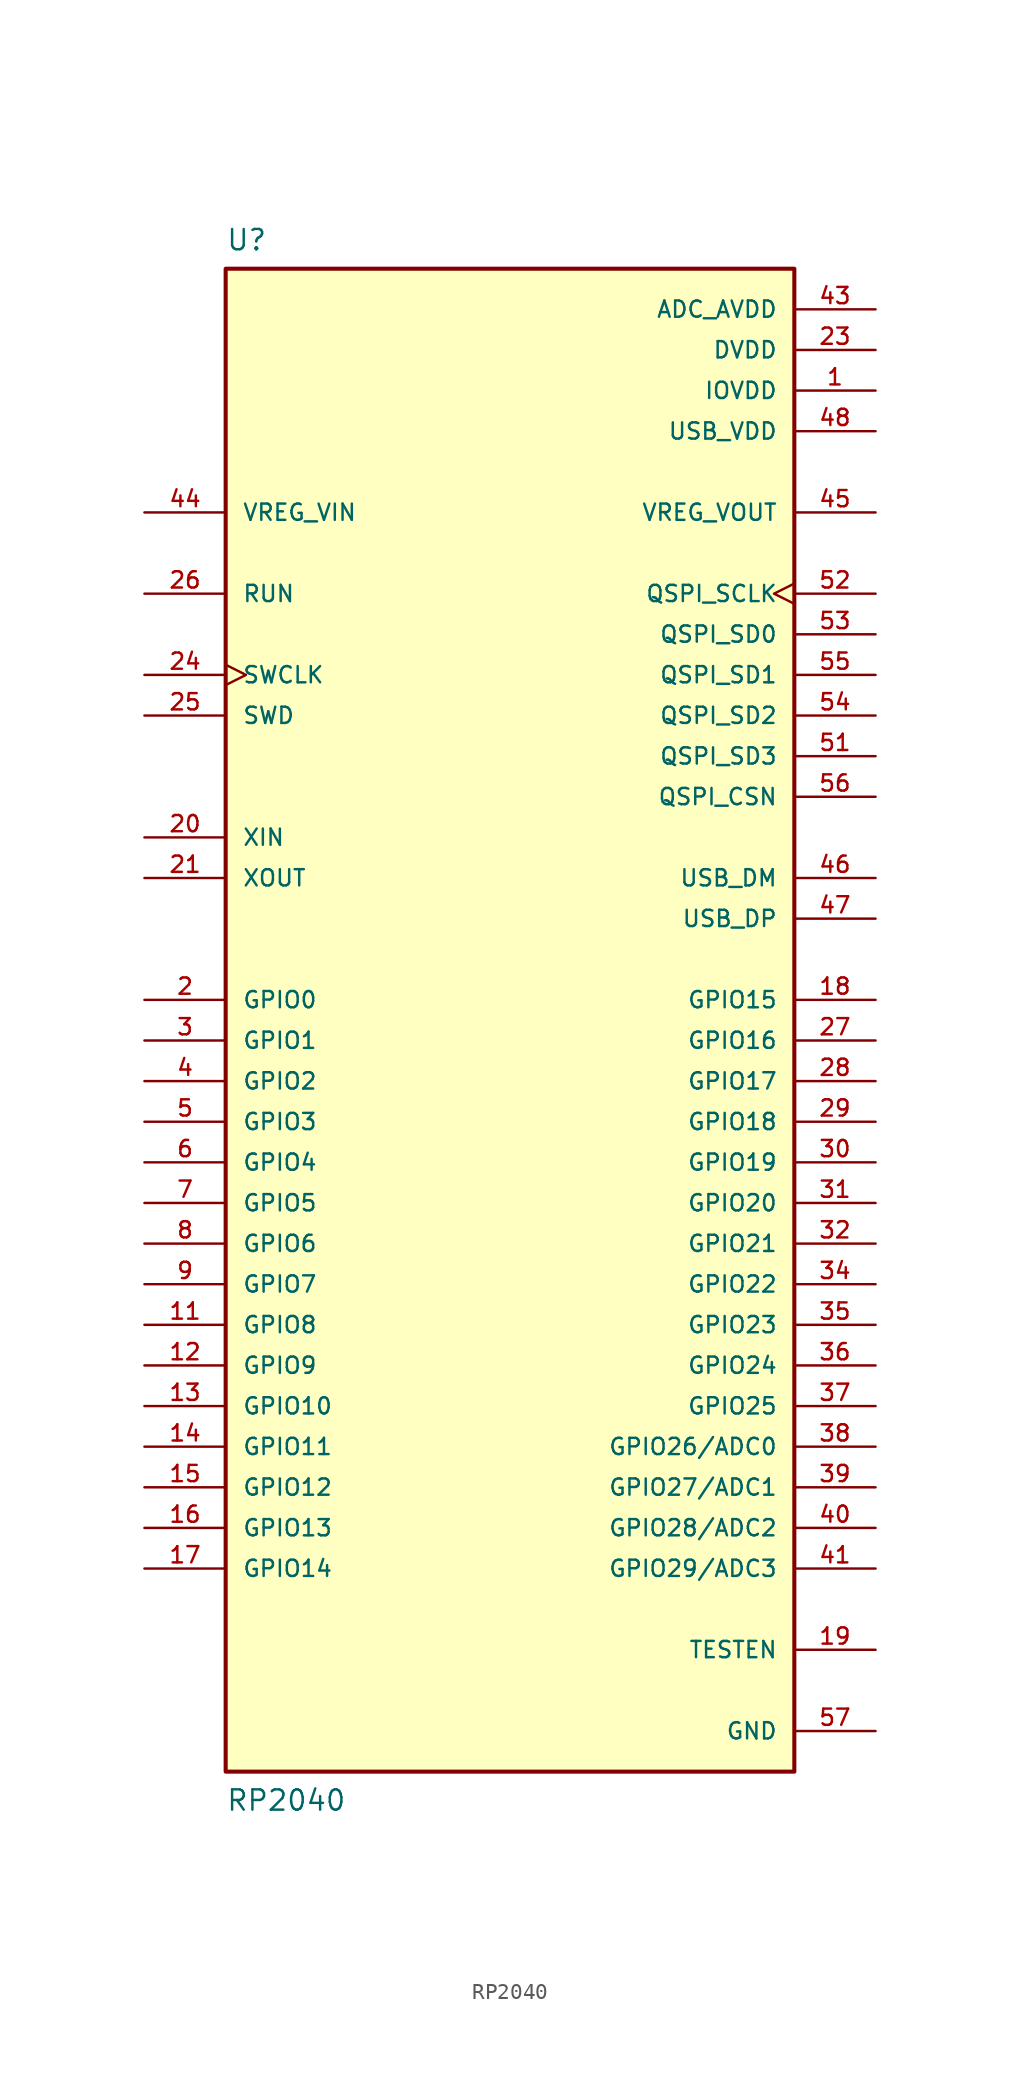
<source format=kicad_sym>
(kicad_symbol_lib
  (version 20211014)
  (generator kicad_symbol_editor)
  (symbol "RP2040"
    (pin_names
      (offset 1.016))
    (property "Reference" "U"
      (at -17.78 50.8 0)
      (effects (font (size 1.27 1.27)) (justify top left)))
    (property "Value" "RP2040"
      (at -17.78 -48.26 0)
      (effects (font (size 1.27 1.27)) (justify bottom left)))
    (symbol "RP2040_0_0"
      (rectangle (start -17.78 -45.72) (end 17.78 48.26) (stroke (width 0.254)) (fill (type background)))
      (pin bidirectional line (at -22.86 2.54 0) (length 5.08) (name "GPIO0" (effects (font (size 1.016 1.016)))) (number "2" (effects (font (size 1.016 1.016)))))
      (pin bidirectional line (at -22.86 0.0 0) (length 5.08) (name "GPIO1" (effects (font (size 1.016 1.016)))) (number "3" (effects (font (size 1.016 1.016)))))
      (pin bidirectional line (at -22.86 -2.54 0) (length 5.08) (name "GPIO2" (effects (font (size 1.016 1.016)))) (number "4" (effects (font (size 1.016 1.016)))))
      (pin bidirectional line (at -22.86 -5.08 0) (length 5.08) (name "GPIO3" (effects (font (size 1.016 1.016)))) (number "5" (effects (font (size 1.016 1.016)))))
      (pin bidirectional line (at -22.86 -7.62 0) (length 5.08) (name "GPIO4" (effects (font (size 1.016 1.016)))) (number "6" (effects (font (size 1.016 1.016)))))
      (pin bidirectional line (at -22.86 -10.16 0) (length 5.08) (name "GPIO5" (effects (font (size 1.016 1.016)))) (number "7" (effects (font (size 1.016 1.016)))))
      (pin bidirectional line (at -22.86 -12.7 0) (length 5.08) (name "GPIO6" (effects (font (size 1.016 1.016)))) (number "8" (effects (font (size 1.016 1.016)))))
      (pin bidirectional line (at -22.86 -15.24 0) (length 5.08) (name "GPIO7" (effects (font (size 1.016 1.016)))) (number "9" (effects (font (size 1.016 1.016)))))
      (pin bidirectional line (at -22.86 -17.78 0) (length 5.08) (name "GPIO8" (effects (font (size 1.016 1.016)))) (number "11" (effects (font (size 1.016 1.016)))))
      (pin bidirectional line (at -22.86 -20.32 0) (length 5.08) (name "GPIO9" (effects (font (size 1.016 1.016)))) (number "12" (effects (font (size 1.016 1.016)))))
      (pin bidirectional line (at -22.86 -22.86 0) (length 5.08) (name "GPIO10" (effects (font (size 1.016 1.016)))) (number "13" (effects (font (size 1.016 1.016)))))
      (pin bidirectional line (at -22.86 -25.4 0) (length 5.08) (name "GPIO11" (effects (font (size 1.016 1.016)))) (number "14" (effects (font (size 1.016 1.016)))))
      (pin bidirectional line (at -22.86 -27.94 0) (length 5.08) (name "GPIO12" (effects (font (size 1.016 1.016)))) (number "15" (effects (font (size 1.016 1.016)))))
      (pin bidirectional line (at -22.86 -30.48 0) (length 5.08) (name "GPIO13" (effects (font (size 1.016 1.016)))) (number "16" (effects (font (size 1.016 1.016)))))
      (pin bidirectional line (at -22.86 -33.02 0) (length 5.08) (name "GPIO14" (effects (font (size 1.016 1.016)))) (number "17" (effects (font (size 1.016 1.016)))))
      (pin bidirectional line (at 22.86 2.54 180.0) (length 5.08) (name "GPIO15" (effects (font (size 1.016 1.016)))) (number "18" (effects (font (size 1.016 1.016)))))
      (pin bidirectional line (at 22.86 0.0 180.0) (length 5.08) (name "GPIO16" (effects (font (size 1.016 1.016)))) (number "27" (effects (font (size 1.016 1.016)))))
      (pin bidirectional line (at 22.86 -2.54 180.0) (length 5.08) (name "GPIO17" (effects (font (size 1.016 1.016)))) (number "28" (effects (font (size 1.016 1.016)))))
      (pin bidirectional line (at 22.86 -5.08 180.0) (length 5.08) (name "GPIO18" (effects (font (size 1.016 1.016)))) (number "29" (effects (font (size 1.016 1.016)))))
      (pin bidirectional line (at 22.86 -7.62 180.0) (length 5.08) (name "GPIO19" (effects (font (size 1.016 1.016)))) (number "30" (effects (font (size 1.016 1.016)))))
      (pin bidirectional line (at 22.86 -10.16 180.0) (length 5.08) (name "GPIO20" (effects (font (size 1.016 1.016)))) (number "31" (effects (font (size 1.016 1.016)))))
      (pin bidirectional line (at 22.86 -12.7 180.0) (length 5.08) (name "GPIO21" (effects (font (size 1.016 1.016)))) (number "32" (effects (font (size 1.016 1.016)))))
      (pin bidirectional line (at 22.86 -15.24 180.0) (length 5.08) (name "GPIO22" (effects (font (size 1.016 1.016)))) (number "34" (effects (font (size 1.016 1.016)))))
      (pin bidirectional line (at 22.86 -17.78 180.0) (length 5.08) (name "GPIO23" (effects (font (size 1.016 1.016)))) (number "35" (effects (font (size 1.016 1.016)))))
      (pin bidirectional line (at 22.86 -20.32 180.0) (length 5.08) (name "GPIO24" (effects (font (size 1.016 1.016)))) (number "36" (effects (font (size 1.016 1.016)))))
      (pin bidirectional line (at 22.86 -22.86 180.0) (length 5.08) (name "GPIO25" (effects (font (size 1.016 1.016)))) (number "37" (effects (font (size 1.016 1.016)))))
      (pin bidirectional line (at 22.86 -25.4 180.0) (length 5.08) (name "GPIO26/ADC0" (effects (font (size 1.016 1.016)))) (number "38" (effects (font (size 1.016 1.016)))))
      (pin bidirectional line (at 22.86 -27.94 180.0) (length 5.08) (name "GPIO27/ADC1" (effects (font (size 1.016 1.016)))) (number "39" (effects (font (size 1.016 1.016)))))
      (pin bidirectional line (at 22.86 -30.48 180.0) (length 5.08) (name "GPIO28/ADC2" (effects (font (size 1.016 1.016)))) (number "40" (effects (font (size 1.016 1.016)))))
      (pin bidirectional line (at 22.86 -33.02 180.0) (length 5.08) (name "GPIO29/ADC3" (effects (font (size 1.016 1.016)))) (number "41" (effects (font (size 1.016 1.016)))))
      (pin bidirectional line (at 22.86 17.78 180.0) (length 5.08) (name "QSPI_SD3" (effects (font (size 1.016 1.016)))) (number "51" (effects (font (size 1.016 1.016)))))
      (pin bidirectional clock (at 22.86 27.94 180.0) (length 5.08) (name "QSPI_SCLK" (effects (font (size 1.016 1.016)))) (number "52" (effects (font (size 1.016 1.016)))))
      (pin bidirectional line (at 22.86 25.4 180.0) (length 5.08) (name "QSPI_SD0" (effects (font (size 1.016 1.016)))) (number "53" (effects (font (size 1.016 1.016)))))
      (pin bidirectional line (at 22.86 20.32 180.0) (length 5.08) (name "QSPI_SD2" (effects (font (size 1.016 1.016)))) (number "54" (effects (font (size 1.016 1.016)))))
      (pin bidirectional line (at 22.86 22.86 180.0) (length 5.08) (name "QSPI_SD1" (effects (font (size 1.016 1.016)))) (number "55" (effects (font (size 1.016 1.016)))))
      (pin bidirectional line (at 22.86 15.24 180.0) (length 5.08) (name "QSPI_CSN" (effects (font (size 1.016 1.016)))) (number "56" (effects (font (size 1.016 1.016)))))
      (pin input line (at -22.86 12.7 0) (length 5.08) (name "XIN" (effects (font (size 1.016 1.016)))) (number "20" (effects (font (size 1.016 1.016)))))
      (pin output line (at -22.86 10.16 0) (length 5.08) (name "XOUT" (effects (font (size 1.016 1.016)))) (number "21" (effects (font (size 1.016 1.016)))))
      (pin input clock (at -22.86 22.86 0) (length 5.08) (name "SWCLK" (effects (font (size 1.016 1.016)))) (number "24" (effects (font (size 1.016 1.016)))))
      (pin bidirectional line (at -22.86 20.32 0) (length 5.08) (name "SWD" (effects (font (size 1.016 1.016)))) (number "25" (effects (font (size 1.016 1.016)))))
      (pin input line (at -22.86 27.94 0) (length 5.08) (name "RUN" (effects (font (size 1.016 1.016)))) (number "26" (effects (font (size 1.016 1.016)))))
      (pin passive line (at 22.86 -38.1 180.0) (length 5.08) (name "TESTEN" (effects (font (size 1.016 1.016)))) (number "19" (effects (font (size 1.016 1.016)))))
      (pin bidirectional line (at 22.86 7.62 180.0) (length 5.08) (name "USB_DP" (effects (font (size 1.016 1.016)))) (number "47" (effects (font (size 1.016 1.016)))))
      (pin bidirectional line (at 22.86 10.16 180.0) (length 5.08) (name "USB_DM" (effects (font (size 1.016 1.016)))) (number "46" (effects (font (size 1.016 1.016)))))
      (pin output line (at 22.86 33.02 180.0) (length 5.08) (name "VREG_VOUT" (effects (font (size 1.016 1.016)))) (number "45" (effects (font (size 1.016 1.016)))))
      (pin input line (at -22.86 33.02 0) (length 5.08) (name "VREG_VIN" (effects (font (size 1.016 1.016)))) (number "44" (effects (font (size 1.016 1.016)))))
      (pin power_in line (at 22.86 38.1 180.0) (length 5.08) (name "USB_VDD" (effects (font (size 1.016 1.016)))) (number "48" (effects (font (size 1.016 1.016)))))
      (pin power_in line (at 22.86 40.64 180.0) (length 5.08) (name "IOVDD" (effects (font (size 1.016 1.016)))) (number "1" (effects (font (size 1.016 1.016)))))
      (pin power_in line (at 22.86 40.64 180.0) (length 5.08) hide (name "IOVDD" (effects (font (size 1.016 1.016)))) (number "10" (effects (font (size 1.016 1.016)))))
      (pin power_in line (at 22.86 40.64 180.0) (length 5.08) hide (name "IOVDD" (effects (font (size 1.016 1.016)))) (number "22" (effects (font (size 1.016 1.016)))))
      (pin power_in line (at 22.86 40.64 180.0) (length 5.08) hide (name "IOVDD" (effects (font (size 1.016 1.016)))) (number "33" (effects (font (size 1.016 1.016)))))
      (pin power_in line (at 22.86 40.64 180.0) (length 5.08) hide (name "IOVDD" (effects (font (size 1.016 1.016)))) (number "42" (effects (font (size 1.016 1.016)))))
      (pin power_in line (at 22.86 40.64 180.0) (length 5.08) hide (name "IOVDD" (effects (font (size 1.016 1.016)))) (number "49" (effects (font (size 1.016 1.016)))))
      (pin power_in line (at 22.86 43.18 180.0) (length 5.08) (name "DVDD" (effects (font (size 1.016 1.016)))) (number "23" (effects (font (size 1.016 1.016)))))
      (pin power_in line (at 22.86 43.18 180.0) (length 5.08) hide (name "DVDD" (effects (font (size 1.016 1.016)))) (number "50" (effects (font (size 1.016 1.016)))))
      (pin power_in line (at 22.86 45.72 180.0) (length 5.08) (name "ADC_AVDD" (effects (font (size 1.016 1.016)))) (number "43" (effects (font (size 1.016 1.016)))))
      (pin power_in line (at 22.86 -43.18 180.0) (length 5.08) (name "GND" (effects (font (size 1.016 1.016)))) (number "57" (effects (font (size 1.016 1.016))))))))
</source>
